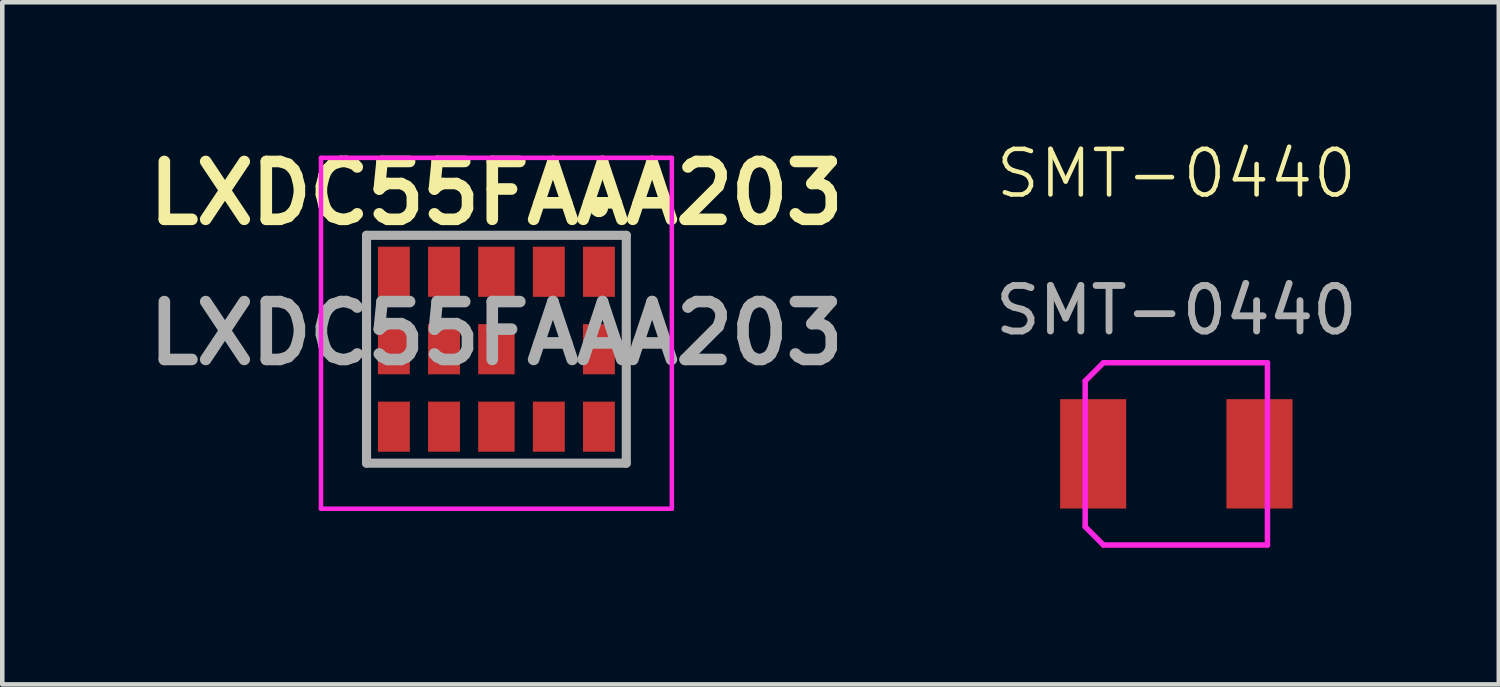
<source format=kicad_pcb>
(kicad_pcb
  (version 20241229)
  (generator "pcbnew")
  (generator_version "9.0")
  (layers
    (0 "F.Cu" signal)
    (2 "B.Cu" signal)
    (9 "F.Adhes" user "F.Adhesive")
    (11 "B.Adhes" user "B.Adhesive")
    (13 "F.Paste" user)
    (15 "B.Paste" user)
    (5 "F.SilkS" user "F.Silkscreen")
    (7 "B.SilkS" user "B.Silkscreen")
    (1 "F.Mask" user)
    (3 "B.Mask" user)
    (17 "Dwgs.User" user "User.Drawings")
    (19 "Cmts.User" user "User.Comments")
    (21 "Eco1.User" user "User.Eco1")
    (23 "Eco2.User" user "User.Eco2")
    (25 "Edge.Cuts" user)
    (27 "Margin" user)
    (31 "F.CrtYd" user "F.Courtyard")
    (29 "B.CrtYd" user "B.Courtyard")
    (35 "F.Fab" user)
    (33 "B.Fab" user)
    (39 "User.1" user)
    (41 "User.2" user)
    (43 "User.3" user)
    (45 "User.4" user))
  (footprint "LXDC55FAAA203"
    (layer "F.Cu")
    (at 10.094 2.914)
    (property "Reference" "LXDC55FAAA203" (at -2.25 -1.725 0) (layer "F.SilkS") (effects (font (size 1.27 1.27) (thickness 0.254))))
    (attr smd)
    (fp_line (start -5.1 -0.8) (end 0.6 -0.8) (stroke (width 0.1) (type solid)) (layer "F.SilkS"))
    (fp_line (start -5.1 4.2) (end -5.1 -0.8) (stroke (width 0.1) (type solid)) (layer "F.SilkS"))
    (fp_line (start 0 -1.5) (end 0 -1.5) (stroke (width 0.2) (type solid)) (layer "F.SilkS"))
    (fp_line (start 0 -1.3) (end 0 -1.3) (stroke (width 0.2) (type solid)) (layer "F.SilkS"))
    (fp_line (start 0.6 -0.8) (end 0.6 4.2) (stroke (width 0.1) (type solid)) (layer "F.SilkS"))
    (fp_line (start 0.6 4.2) (end -5.1 4.2) (stroke (width 0.1) (type solid)) (layer "F.SilkS"))
    (fp_arc (start 0 -1.5) (mid 0.1 -1.4) (end 0 -1.3) (stroke (width 0.2) (type solid)) (layer "F.SilkS"))
    (fp_arc (start 0 -1.3) (mid -0.1 -1.4) (end 0 -1.5) (stroke (width 0.2) (type solid)) (layer "F.SilkS"))
    (fp_line (start -6.1 -2.5) (end 1.6 -2.5) (stroke (width 0.1) (type solid)) (layer "F.CrtYd"))
    (fp_line (start -6.1 5.2) (end -6.1 -2.5) (stroke (width 0.1) (type solid)) (layer "F.CrtYd"))
    (fp_line (start 1.6 -2.5) (end 1.6 5.2) (stroke (width 0.1) (type solid)) (layer "F.CrtYd"))
    (fp_line (start 1.6 5.2) (end -6.1 5.2) (stroke (width 0.1) (type solid)) (layer "F.CrtYd"))
    (fp_line (start -5.1 -0.8) (end 0.6 -0.8) (stroke (width 0.2) (type solid)) (layer "F.Fab"))
    (fp_line (start -5.1 4.2) (end -5.1 -0.8) (stroke (width 0.2) (type solid)) (layer "F.Fab"))
    (fp_line (start 0.6 -0.8) (end 0.6 4.2) (stroke (width 0.2) (type solid)) (layer "F.Fab"))
    (fp_line (start 0.6 4.2) (end -5.1 4.2) (stroke (width 0.2) (type solid)) (layer "F.Fab"))
    (fp_text user "${REFERENCE}" (at -2.25 1.35 0) (layer "F.Fab") (effects (font (size 1.27 1.27) (thickness 0.254))))
    (pad "1" smd rect (at 0 0) (size 0.7 1.1) (layers "F.Cu" "F.Mask" "F.Paste"))
    (pad "2" smd rect (at -1.1 0) (size 0.7 1.1) (layers "F.Cu" "F.Mask" "F.Paste"))
    (pad "3" smd rect (at -2.25 0) (size 0.8 1.1) (layers "F.Cu" "F.Mask" "F.Paste"))
    (pad "4" smd rect (at -3.4 0) (size 0.7 1.1) (layers "F.Cu" "F.Mask" "F.Paste"))
    (pad "5" smd rect (at -4.5 0) (size 0.7 1.1) (layers "F.Cu" "F.Mask" "F.Paste"))
    (pad "6" smd rect (at -4.5 1.7) (size 0.7 1.1) (layers "F.Cu" "F.Mask" "F.Paste"))
    (pad "7" smd rect (at -4.5 3.4) (size 0.7 1.1) (layers "F.Cu" "F.Mask" "F.Paste"))
    (pad "8" smd rect (at -3.4 3.4) (size 0.7 1.1) (layers "F.Cu" "F.Mask" "F.Paste"))
    (pad "9" smd rect (at -2.25 3.4) (size 0.8 1.1) (layers "F.Cu" "F.Mask" "F.Paste"))
    (pad "10" smd rect (at -1.1 3.4) (size 0.7 1.1) (layers "F.Cu" "F.Mask" "F.Paste"))
    (pad "11" smd rect (at 0 3.4) (size 0.7 1.1) (layers "F.Cu" "F.Mask" "F.Paste"))
    (pad "12" smd rect (at 0 1.7) (size 0.7 1.1) (layers "F.Cu" "F.Mask" "F.Paste"))
    (pad "13" smd rect (at -2.25 1.7) (size 0.8 1.1) (layers "F.Cu" "F.Mask" "F.Paste"))
    (pad "14" smd rect (at -3.4 1.7) (size 0.7 1.1) (layers "F.Cu" "F.Mask" "F.Paste")))
  (footprint "SMT-0440"
    (layer "F.Cu")
    (at 22.765 1.26)
    (property "Reference" "SMT-0440" (at 0 -0.5 0) (unlocked yes) (layer "F.SilkS") (effects (font (size 1 1) (thickness 0.1))))
    (attr smd)
    (fp_line (start -2 4.05) (end -2 7.25) (stroke (width 0.12) (type solid)) (layer "F.CrtYd"))
    (fp_line (start -2 4.05) (end -1.6 3.65) (stroke (width 0.12) (type solid)) (layer "F.CrtYd"))
    (fp_line (start -2 7.25) (end -1.6 7.65) (stroke (width 0.12) (type solid)) (layer "F.CrtYd"))
    (fp_line (start 2 3.65) (end -1.6 3.65) (stroke (width 0.12) (type solid)) (layer "F.CrtYd"))
    (fp_line (start 2 7.65) (end -1.6 7.65) (stroke (width 0.12) (type solid)) (layer "F.CrtYd"))
    (fp_line (start 2 7.65) (end 2 3.65) (stroke (width 0.12) (type solid)) (layer "F.CrtYd"))
    (fp_text user "${REFERENCE}" (at 0 2.5 0) (unlocked yes) (layer "F.Fab") (effects (font (size 1 1) (thickness 0.15))))
    (pad "1" smd rect (at -1.825 5.65) (size 1.45 2.4) (layers "F.Cu" "F.Mask" "F.Paste"))
    (pad "2" smd rect (at 1.825 5.65) (size 1.45 2.4) (layers "F.Cu" "F.Mask" "F.Paste")))
  (gr_rect
    (start -3 -3)
    (end 29.842 11.97)
    (stroke (width 0.1) (type default))
    (fill no)
    (layer "Edge.Cuts")))
</source>
